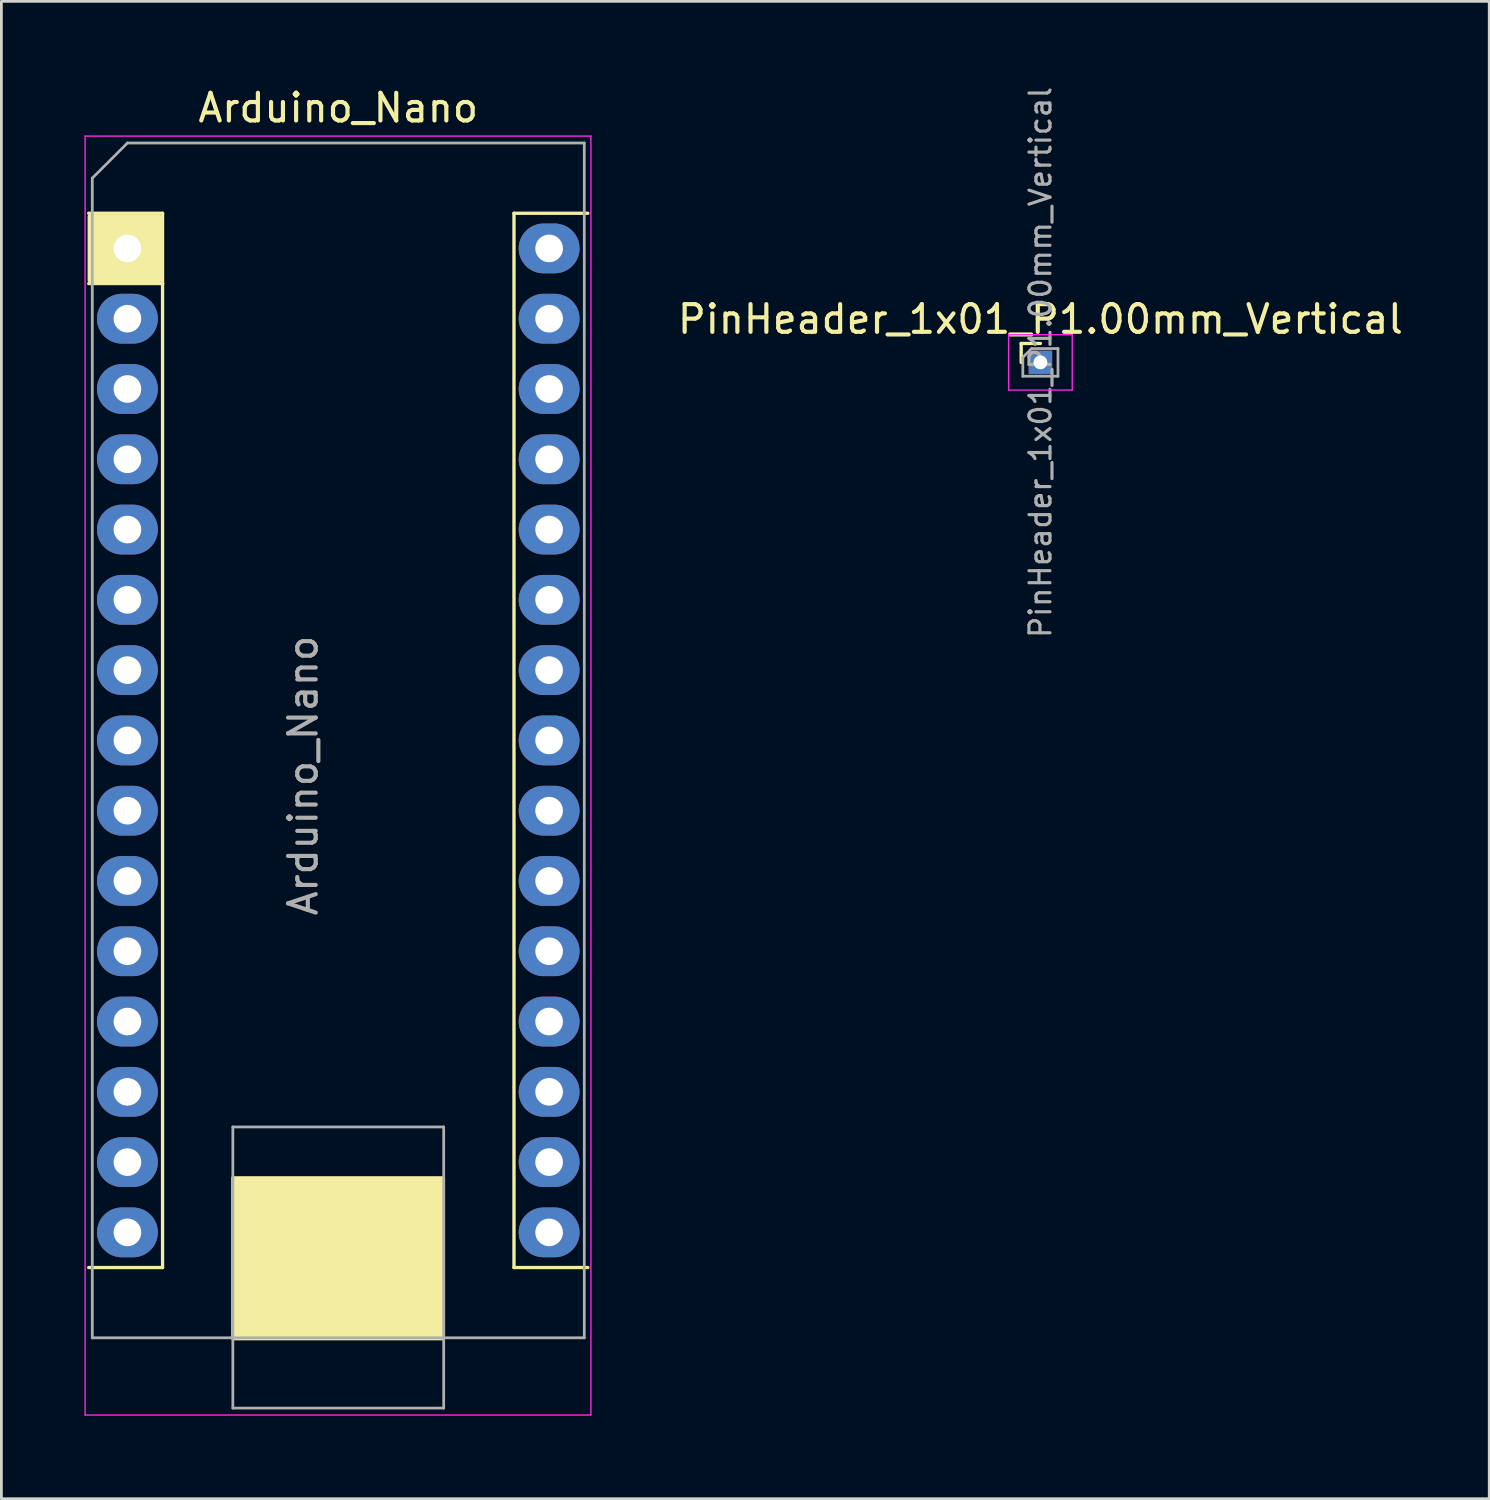
<source format=kicad_pcb>
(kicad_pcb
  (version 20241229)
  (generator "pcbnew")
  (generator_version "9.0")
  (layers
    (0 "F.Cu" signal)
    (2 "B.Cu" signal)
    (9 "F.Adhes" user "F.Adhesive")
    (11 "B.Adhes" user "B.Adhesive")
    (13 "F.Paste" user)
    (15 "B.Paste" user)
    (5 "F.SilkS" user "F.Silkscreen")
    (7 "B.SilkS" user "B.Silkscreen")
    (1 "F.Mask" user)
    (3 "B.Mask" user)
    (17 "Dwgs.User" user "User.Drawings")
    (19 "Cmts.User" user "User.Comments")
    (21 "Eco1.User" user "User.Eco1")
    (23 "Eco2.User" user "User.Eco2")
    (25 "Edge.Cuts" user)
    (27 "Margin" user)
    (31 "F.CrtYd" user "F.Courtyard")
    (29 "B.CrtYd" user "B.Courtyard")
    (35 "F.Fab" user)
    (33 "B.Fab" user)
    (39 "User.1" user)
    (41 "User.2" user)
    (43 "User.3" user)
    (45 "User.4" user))
  (footprint "PinHeader_1x01_P1.00mm_Vertical"
    (layer "F.Cu")
    (at 34.55 10.047)
    (property "Reference" "PinHeader_1x01_P1.00mm_Vertical" (at 0 -1.56 0) (layer "F.SilkS") (effects (font (size 1 1) (thickness 0.15))))
    (attr through_hole)
    (fp_line (start -0.695 -0.685) (end 0 -0.685) (stroke (width 0.12) (type solid)) (layer "F.SilkS"))
    (fp_line (start -0.695 0) (end -0.695 -0.685) (stroke (width 0.12) (type solid)) (layer "F.SilkS"))
    (fp_line (start -1.15 -1) (end -1.15 1) (stroke (width 0.05) (type solid)) (layer "F.CrtYd"))
    (fp_line (start -1.15 1) (end 1.15 1) (stroke (width 0.05) (type solid)) (layer "F.CrtYd"))
    (fp_line (start 1.15 -1) (end -1.15 -1) (stroke (width 0.05) (type solid)) (layer "F.CrtYd"))
    (fp_line (start 1.15 1) (end 1.15 -1) (stroke (width 0.05) (type solid)) (layer "F.CrtYd"))
    (fp_line (start -0.635 -0.182) (end -0.318 -0.5) (stroke (width 0.1) (type solid)) (layer "F.Fab"))
    (fp_line (start -0.635 0.5) (end -0.635 -0.182) (stroke (width 0.1) (type solid)) (layer "F.Fab"))
    (fp_line (start -0.318 -0.5) (end 0.635 -0.5) (stroke (width 0.1) (type solid)) (layer "F.Fab"))
    (fp_line (start 0.635 -0.5) (end 0.635 0.5) (stroke (width 0.1) (type solid)) (layer "F.Fab"))
    (fp_line (start 0.635 0.5) (end -0.635 0.5) (stroke (width 0.1) (type solid)) (layer "F.Fab"))
    (fp_text user "${REFERENCE}" (at 0 0 90) (layer "F.Fab") (effects (font (size 0.76 0.76) (thickness 0.114))))
    (pad "1" thru_hole rect (at 0 0) (size 0.85 0.85) (drill 0.5) (layers "*.Cu" "*.Mask")))
  (footprint "Arduino_Nano"
    (layer "F.Cu")
    (at 1.555 5.928)
    (property "Reference" "Arduino_Nano" (at 7.62 -5.08 0) (layer "F.SilkS") (effects (font (size 1 1) (thickness 0.15))))
    (attr through_hole)
    (fp_line (start 1.27 -1.27) (end -1.4 -1.27) (stroke (width 0.12) (type solid)) (layer "F.SilkS"))
    (fp_line (start 1.27 1.27) (end -1.4 1.27) (stroke (width 0.12) (type solid)) (layer "F.SilkS"))
    (fp_line (start 1.27 1.27) (end 1.27 -1.27) (stroke (width 0.12) (type solid)) (layer "F.SilkS"))
    (fp_line (start 1.27 1.27) (end 1.27 36.83) (stroke (width 0.12) (type solid)) (layer "F.SilkS"))
    (fp_line (start 1.27 36.83) (end -1.4 36.83) (stroke (width 0.12) (type solid)) (layer "F.SilkS"))
    (fp_line (start 13.97 -1.27) (end 13.97 36.83) (stroke (width 0.12) (type solid)) (layer "F.SilkS"))
    (fp_line (start 13.97 -1.27) (end 16.64 -1.27) (stroke (width 0.12) (type solid)) (layer "F.SilkS"))
    (fp_line (start 13.97 36.83) (end 16.64 36.83) (stroke (width 0.12) (type solid)) (layer "F.SilkS"))
    (fp_rect (start -1.38 -1.16) (end 1.16 1.16) (stroke (width 0.12) (type solid)) (fill yes) (layer "F.SilkS"))
    (fp_rect (start 3.81 33.59) (end 11.42 39.4) (stroke (width 0.12) (type solid)) (fill yes) (layer "F.SilkS"))
    (fp_line (start -1.53 -4.06) (end -1.53 42.16) (stroke (width 0.05) (type solid)) (layer "F.CrtYd"))
    (fp_line (start -1.53 -4.06) (end 16.75 -4.06) (stroke (width 0.05) (type solid)) (layer "F.CrtYd"))
    (fp_line (start 16.75 42.16) (end -1.53 42.16) (stroke (width 0.05) (type solid)) (layer "F.CrtYd"))
    (fp_line (start 16.75 42.16) (end 16.75 -4.06) (stroke (width 0.05) (type solid)) (layer "F.CrtYd"))
    (fp_line (start -1.27 -2.54) (end 0 -3.81) (stroke (width 0.1) (type solid)) (layer "F.Fab"))
    (fp_line (start -1.27 39.37) (end -1.27 -2.54) (stroke (width 0.1) (type solid)) (layer "F.Fab"))
    (fp_line (start 0 -3.81) (end 16.51 -3.81) (stroke (width 0.1) (type solid)) (layer "F.Fab"))
    (fp_line (start 3.81 31.75) (end 11.43 31.75) (stroke (width 0.1) (type solid)) (layer "F.Fab"))
    (fp_line (start 3.81 41.91) (end 3.81 31.75) (stroke (width 0.1) (type solid)) (layer "F.Fab"))
    (fp_line (start 11.43 31.75) (end 11.43 41.91) (stroke (width 0.1) (type solid)) (layer "F.Fab"))
    (fp_line (start 11.43 41.91) (end 3.81 41.91) (stroke (width 0.1) (type solid)) (layer "F.Fab"))
    (fp_line (start 16.51 -3.81) (end 16.51 39.37) (stroke (width 0.1) (type solid)) (layer "F.Fab"))
    (fp_line (start 16.51 39.37) (end -1.27 39.37) (stroke (width 0.1) (type solid)) (layer "F.Fab"))
    (fp_text user "${REFERENCE}" (at 6.35 19.05 90) (layer "F.Fab") (effects (font (size 1 1) (thickness 0.15))))
    (pad "1" thru_hole roundrect (at 0 0) (size 2.2 1.6) (drill 1) (layers "*.Cu" "B.Mask") (roundrect_rratio 0.25))
    (pad "2" thru_hole oval (at 0 2.54) (size 2.2 1.8) (drill 1) (layers "*.Cu" "B.Mask"))
    (pad "3" thru_hole oval (at 0 5.08) (size 2.2 1.8) (drill 1) (layers "*.Cu" "B.Mask"))
    (pad "4" thru_hole oval (at 0 7.62) (size 2.2 1.8) (drill 1) (layers "*.Cu" "B.Mask"))
    (pad "5" thru_hole oval (at 0 10.16) (size 2.2 1.8) (drill 1) (layers "*.Cu" "B.Mask"))
    (pad "6" thru_hole oval (at 0 12.7) (size 2.2 1.8) (drill 1) (layers "*.Cu" "B.Mask"))
    (pad "7" thru_hole oval (at 0 15.24) (size 2.2 1.8) (drill 1) (layers "*.Cu" "B.Mask"))
    (pad "8" thru_hole oval (at 0 17.78) (size 2.2 1.8) (drill 1) (layers "*.Cu" "B.Mask"))
    (pad "9" thru_hole oval (at 0 20.32) (size 2.2 1.8) (drill 1) (layers "*.Cu" "B.Mask"))
    (pad "10" thru_hole oval (at 0 22.86) (size 2.2 1.8) (drill 1) (layers "*.Cu" "B.Mask"))
    (pad "11" thru_hole oval (at 0 25.4) (size 2.2 1.8) (drill 1) (layers "*.Cu" "B.Mask"))
    (pad "12" thru_hole oval (at 0 27.94) (size 2.2 1.8) (drill 1) (layers "*.Cu" "B.Mask"))
    (pad "13" thru_hole oval (at 0 30.48) (size 2.2 1.8) (drill 1) (layers "*.Cu" "B.Mask"))
    (pad "14" thru_hole oval (at 0 33.02) (size 2.2 1.8) (drill 1) (layers "*.Cu" "B.Mask"))
    (pad "15" thru_hole oval (at 0 35.56) (size 2.2 1.8) (drill 1) (layers "*.Cu" "B.Mask"))
    (pad "16" thru_hole oval (at 15.24 35.56) (size 2.2 1.8) (drill 1) (layers "*.Cu" "B.Mask"))
    (pad "17" thru_hole oval (at 15.24 33.02) (size 2.2 1.8) (drill 1) (layers "*.Cu" "B.Mask"))
    (pad "18" thru_hole oval (at 15.24 30.48) (size 2.2 1.8) (drill 1) (layers "*.Cu" "B.Mask"))
    (pad "19" thru_hole oval (at 15.24 27.94) (size 2.2 1.8) (drill 1) (layers "*.Cu" "B.Mask"))
    (pad "20" thru_hole oval (at 15.24 25.4) (size 2.2 1.8) (drill 1) (layers "*.Cu" "B.Mask"))
    (pad "21" thru_hole oval (at 15.24 22.86) (size 2.2 1.8) (drill 1) (layers "*.Cu" "B.Mask"))
    (pad "22" thru_hole oval (at 15.24 20.32) (size 2.2 1.8) (drill 1) (layers "*.Cu" "B.Mask"))
    (pad "23" thru_hole oval (at 15.24 17.78) (size 2.2 1.8) (drill 1) (layers "*.Cu" "B.Mask"))
    (pad "24" thru_hole oval (at 15.24 15.24) (size 2.2 1.8) (drill 1) (layers "*.Cu" "B.Mask"))
    (pad "25" thru_hole oval (at 15.24 12.7) (size 2.2 1.8) (drill 1) (layers "*.Cu" "B.Mask"))
    (pad "26" thru_hole oval (at 15.24 10.16) (size 2.2 1.8) (drill 1) (layers "*.Cu" "B.Mask"))
    (pad "27" thru_hole oval (at 15.24 7.62) (size 2.2 1.8) (drill 1) (layers "*.Cu" "B.Mask"))
    (pad "28" thru_hole oval (at 15.24 5.08) (size 2.2 1.8) (drill 1) (layers "*.Cu" "B.Mask"))
    (pad "29" thru_hole oval (at 15.24 2.54) (size 2.2 1.8) (drill 1) (layers "*.Cu" "B.Mask"))
    (pad "30" thru_hole oval (at 15.24 0) (size 2.2 1.8) (drill 1) (layers "*.Cu" "B.Mask")))
  (gr_rect
    (start -3 -3)
    (end 50.77 51.113)
    (stroke (width 0.1) (type default))
    (fill no)
    (layer "Edge.Cuts")))
</source>
